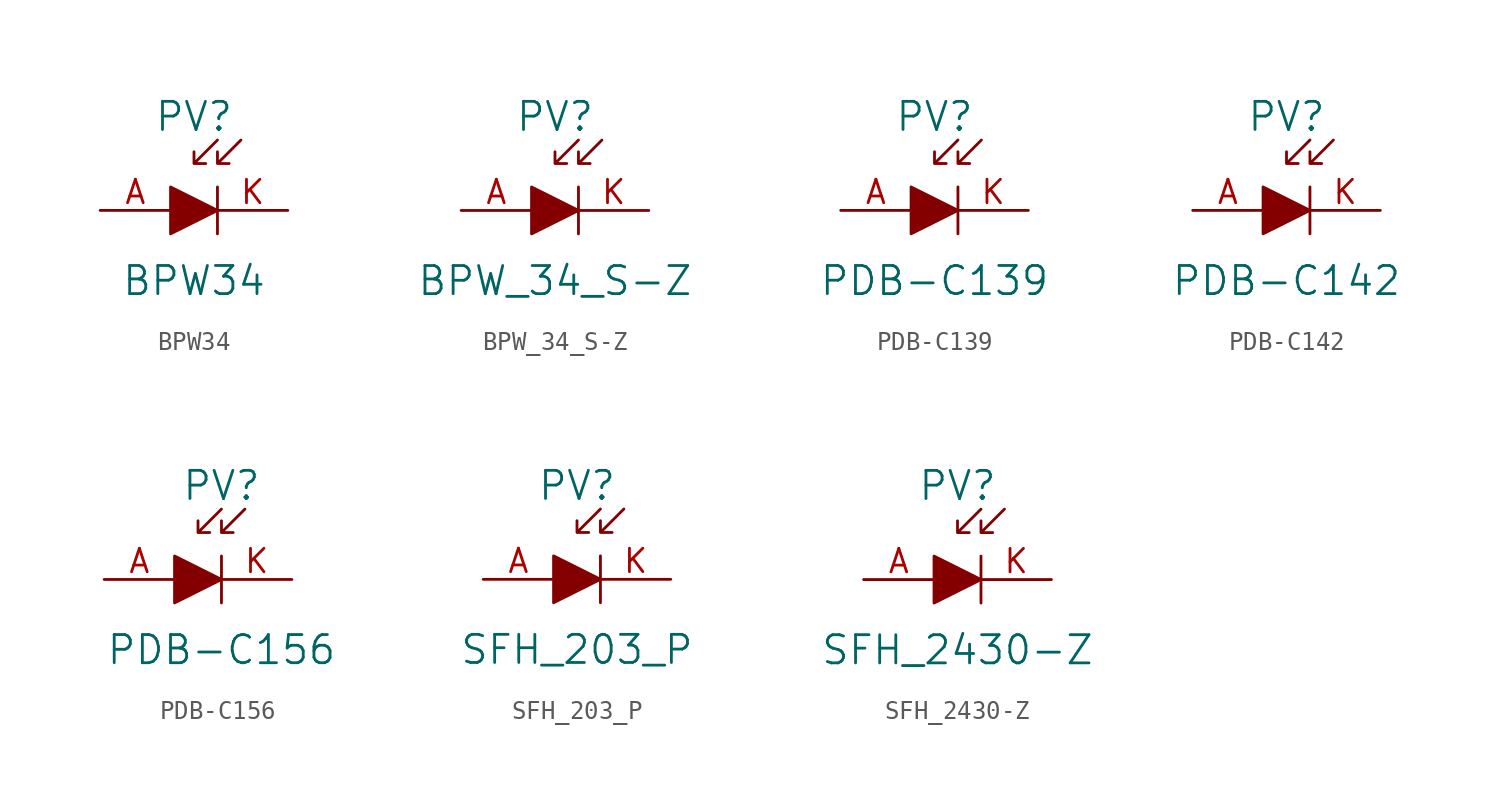
<source format=kicad_sym>
(kicad_symbol_lib
  (version 20201005)
  (generator kicad_symbol_editor)
  (symbol "BPW34"
    (pin_names
      (offset 0))
    (property "Reference" "PV"
      (at 0 5.08 0)
      (effects (font (size 1.524 1.524))))
    (property "Value" "BPW34"
      (at 0 -3.81 0)
      (effects (font (size 1.524 1.524))))
    (symbol "BPW34_0_1"
      (polyline (pts (xy 1.27 1.27) (xy 1.27 -1.27)) (stroke (width 0)) (fill (type none)))
      (polyline (pts (xy -1.27 1.27) (xy -1.27 -1.27) (xy 1.27 0) (xy -1.27 1.27)) (stroke (width 0)) (fill (type outline)))
      (polyline (pts (xy 0 2.54) (xy 0.635 2.54) (xy 0 2.54) (xy 0 3.175) (xy 0 2.54) (xy 1.27 3.81)) (stroke (width 0)) (fill (type none)))
      (polyline (pts (xy 1.27 2.54) (xy 1.27 3.175) (xy 1.27 2.54) (xy 1.905 2.54) (xy 1.27 2.54) (xy 2.54 3.81)) (stroke (width 0)) (fill (type none))))
    (symbol "BPW34_1_1"
      (pin passive line (at -5.08 0 0) (length 3.81) (name "~" (effects (font (size 1.27 1.27)))) (number "A" (effects (font (size 1.27 1.27)))))
      (pin passive line (at 5.08 0 180) (length 3.81) (name "~" (effects (font (size 1.27 1.27)))) (number "K" (effects (font (size 1.27 1.27)))))))
  (symbol "BPW_34_S-Z"
    (pin_names
      (offset 0))
    (property "Reference" "PV"
      (at 0 5.08 0)
      (effects (font (size 1.524 1.524))))
    (property "Value" "BPW_34_S-Z"
      (at 0 -3.81 0)
      (effects (font (size 1.524 1.524))))
    (symbol "BPW_34_S-Z_0_1"
      (polyline (pts (xy 1.27 1.27) (xy 1.27 -1.27)) (stroke (width 0)) (fill (type none)))
      (polyline (pts (xy -1.27 1.27) (xy -1.27 -1.27) (xy 1.27 0) (xy -1.27 1.27)) (stroke (width 0)) (fill (type outline)))
      (polyline (pts (xy 0 2.54) (xy 0.635 2.54) (xy 0 2.54) (xy 0 3.175) (xy 0 2.54) (xy 1.27 3.81)) (stroke (width 0)) (fill (type none)))
      (polyline (pts (xy 1.27 2.54) (xy 1.27 3.175) (xy 1.27 2.54) (xy 1.905 2.54) (xy 1.27 2.54) (xy 2.54 3.81)) (stroke (width 0)) (fill (type none))))
    (symbol "BPW_34_S-Z_1_1"
      (pin passive line (at -5.08 0 0) (length 3.81) (name "~" (effects (font (size 1.27 1.27)))) (number "A" (effects (font (size 1.27 1.27)))))
      (pin passive line (at 5.08 0 180) (length 3.81) (name "~" (effects (font (size 1.27 1.27)))) (number "K" (effects (font (size 1.27 1.27)))))))
  (symbol "PDB-C139"
    (pin_names
      (offset 0))
    (property "Reference" "PV"
      (at 0 5.08 0)
      (effects (font (size 1.524 1.524))))
    (property "Value" "PDB-C139"
      (at 0 -3.81 0)
      (effects (font (size 1.524 1.524))))
    (symbol "PDB-C139_0_1"
      (polyline (pts (xy 1.27 1.27) (xy 1.27 -1.27)) (stroke (width 0)) (fill (type none)))
      (polyline (pts (xy -1.27 1.27) (xy -1.27 -1.27) (xy 1.27 0) (xy -1.27 1.27)) (stroke (width 0)) (fill (type outline)))
      (polyline (pts (xy 0 2.54) (xy 0.635 2.54) (xy 0 2.54) (xy 0 3.175) (xy 0 2.54) (xy 1.27 3.81)) (stroke (width 0)) (fill (type none)))
      (polyline (pts (xy 1.27 2.54) (xy 1.27 3.175) (xy 1.27 2.54) (xy 1.905 2.54) (xy 1.27 2.54) (xy 2.54 3.81)) (stroke (width 0)) (fill (type none))))
    (symbol "PDB-C139_1_1"
      (pin passive line (at -5.08 0 0) (length 3.81) (name "~" (effects (font (size 1.27 1.27)))) (number "A" (effects (font (size 1.27 1.27)))))
      (pin passive line (at 5.08 0 180) (length 3.81) (name "~" (effects (font (size 1.27 1.27)))) (number "K" (effects (font (size 1.27 1.27)))))))
  (symbol "PDB-C142"
    (pin_names
      (offset 0))
    (property "Reference" "PV"
      (at 0 5.08 0)
      (effects (font (size 1.524 1.524))))
    (property "Value" "PDB-C142"
      (at 0 -3.81 0)
      (effects (font (size 1.524 1.524))))
    (symbol "PDB-C142_0_1"
      (polyline (pts (xy 1.27 1.27) (xy 1.27 -1.27)) (stroke (width 0)) (fill (type none)))
      (polyline (pts (xy -1.27 1.27) (xy -1.27 -1.27) (xy 1.27 0) (xy -1.27 1.27)) (stroke (width 0)) (fill (type outline)))
      (polyline (pts (xy 0 2.54) (xy 0.635 2.54) (xy 0 2.54) (xy 0 3.175) (xy 0 2.54) (xy 1.27 3.81)) (stroke (width 0)) (fill (type none)))
      (polyline (pts (xy 1.27 2.54) (xy 1.27 3.175) (xy 1.27 2.54) (xy 1.905 2.54) (xy 1.27 2.54) (xy 2.54 3.81)) (stroke (width 0)) (fill (type none))))
    (symbol "PDB-C142_1_1"
      (pin passive line (at -5.08 0 0) (length 3.81) (name "~" (effects (font (size 1.27 1.27)))) (number "A" (effects (font (size 1.27 1.27)))))
      (pin passive line (at 5.08 0 180) (length 3.81) (name "~" (effects (font (size 1.27 1.27)))) (number "K" (effects (font (size 1.27 1.27)))))))
  (symbol "PDB-C156"
    (pin_names
      (offset 0) hide)
    (property "Reference" "PV"
      (at 1.27 5.08 0)
      (effects (font (size 1.524 1.524))))
    (property "Value" "PDB-C156"
      (at 1.27 -3.81 0)
      (effects (font (size 1.524 1.524))))
    (symbol "PDB-C156_0_1"
      (polyline (pts (xy 1.27 1.27) (xy 1.27 -1.27)) (stroke (width 0)) (fill (type none)))
      (polyline (pts (xy -1.27 1.27) (xy -1.27 -1.27) (xy 1.27 0) (xy -1.27 1.27)) (stroke (width 0)) (fill (type outline)))
      (polyline (pts (xy 0 2.54) (xy 0.635 2.54) (xy 0 2.54) (xy 0 3.175) (xy 0 2.54) (xy 1.27 3.81)) (stroke (width 0)) (fill (type none)))
      (polyline (pts (xy 1.27 2.54) (xy 1.27 3.175) (xy 1.27 2.54) (xy 1.905 2.54) (xy 1.27 2.54) (xy 2.54 3.81)) (stroke (width 0)) (fill (type none))))
    (symbol "PDB-C156_1_1"
      (pin passive line (at -5.08 0 0) (length 3.81) (name "~" (effects (font (size 1.27 1.27)))) (number "A" (effects (font (size 1.27 1.27)))))
      (pin passive line (at 5.08 0 180) (length 3.81) (name "~" (effects (font (size 1.27 1.27)))) (number "K" (effects (font (size 1.27 1.27)))))))
  (symbol "SFH_203_P"
    (pin_names
      (offset 0))
    (property "Reference" "PV"
      (at 0 5.08 0)
      (effects (font (size 1.524 1.524))))
    (property "Value" "SFH_203_P"
      (at 0 -3.81 0)
      (effects (font (size 1.524 1.524))))
    (symbol "SFH_203_P_0_1"
      (polyline (pts (xy 1.27 1.27) (xy 1.27 -1.27)) (stroke (width 0)) (fill (type none)))
      (polyline (pts (xy -1.27 1.27) (xy -1.27 -1.27) (xy 1.27 0) (xy -1.27 1.27)) (stroke (width 0)) (fill (type outline)))
      (polyline (pts (xy 0 2.54) (xy 0.635 2.54) (xy 0 2.54) (xy 0 3.175) (xy 0 2.54) (xy 1.27 3.81)) (stroke (width 0)) (fill (type none)))
      (polyline (pts (xy 1.27 2.54) (xy 1.27 3.175) (xy 1.27 2.54) (xy 1.905 2.54) (xy 1.27 2.54) (xy 2.54 3.81)) (stroke (width 0)) (fill (type none))))
    (symbol "SFH_203_P_1_1"
      (pin passive line (at -5.08 0 0) (length 3.81) (name "~" (effects (font (size 1.27 1.27)))) (number "A" (effects (font (size 1.27 1.27)))))
      (pin passive line (at 5.08 0 180) (length 3.81) (name "~" (effects (font (size 1.27 1.27)))) (number "K" (effects (font (size 1.27 1.27)))))))
  (symbol "SFH_2430-Z"
    (pin_names
      (offset 0))
    (property "Reference" "PV"
      (at 0 5.08 0)
      (effects (font (size 1.524 1.524))))
    (property "Value" "SFH_2430-Z"
      (at 0 -3.81 0)
      (effects (font (size 1.524 1.524))))
    (symbol "SFH_2430-Z_0_1"
      (polyline (pts (xy 1.27 1.27) (xy 1.27 -1.27)) (stroke (width 0)) (fill (type none)))
      (polyline (pts (xy -1.27 1.27) (xy -1.27 -1.27) (xy 1.27 0) (xy -1.27 1.27)) (stroke (width 0)) (fill (type outline)))
      (polyline (pts (xy 0 2.54) (xy 0.635 2.54) (xy 0 2.54) (xy 0 3.175) (xy 0 2.54) (xy 1.27 3.81)) (stroke (width 0)) (fill (type none)))
      (polyline (pts (xy 1.27 2.54) (xy 1.27 3.175) (xy 1.27 2.54) (xy 1.905 2.54) (xy 1.27 2.54) (xy 2.54 3.81)) (stroke (width 0)) (fill (type none))))
    (symbol "SFH_2430-Z_1_1"
      (pin passive line (at -5.08 0 0) (length 3.81) (name "~" (effects (font (size 1.27 1.27)))) (number "A" (effects (font (size 1.27 1.27)))))
      (pin passive line (at 5.08 0 180) (length 3.81) (name "~" (effects (font (size 1.27 1.27)))) (number "K" (effects (font (size 1.27 1.27))))))))
</source>
